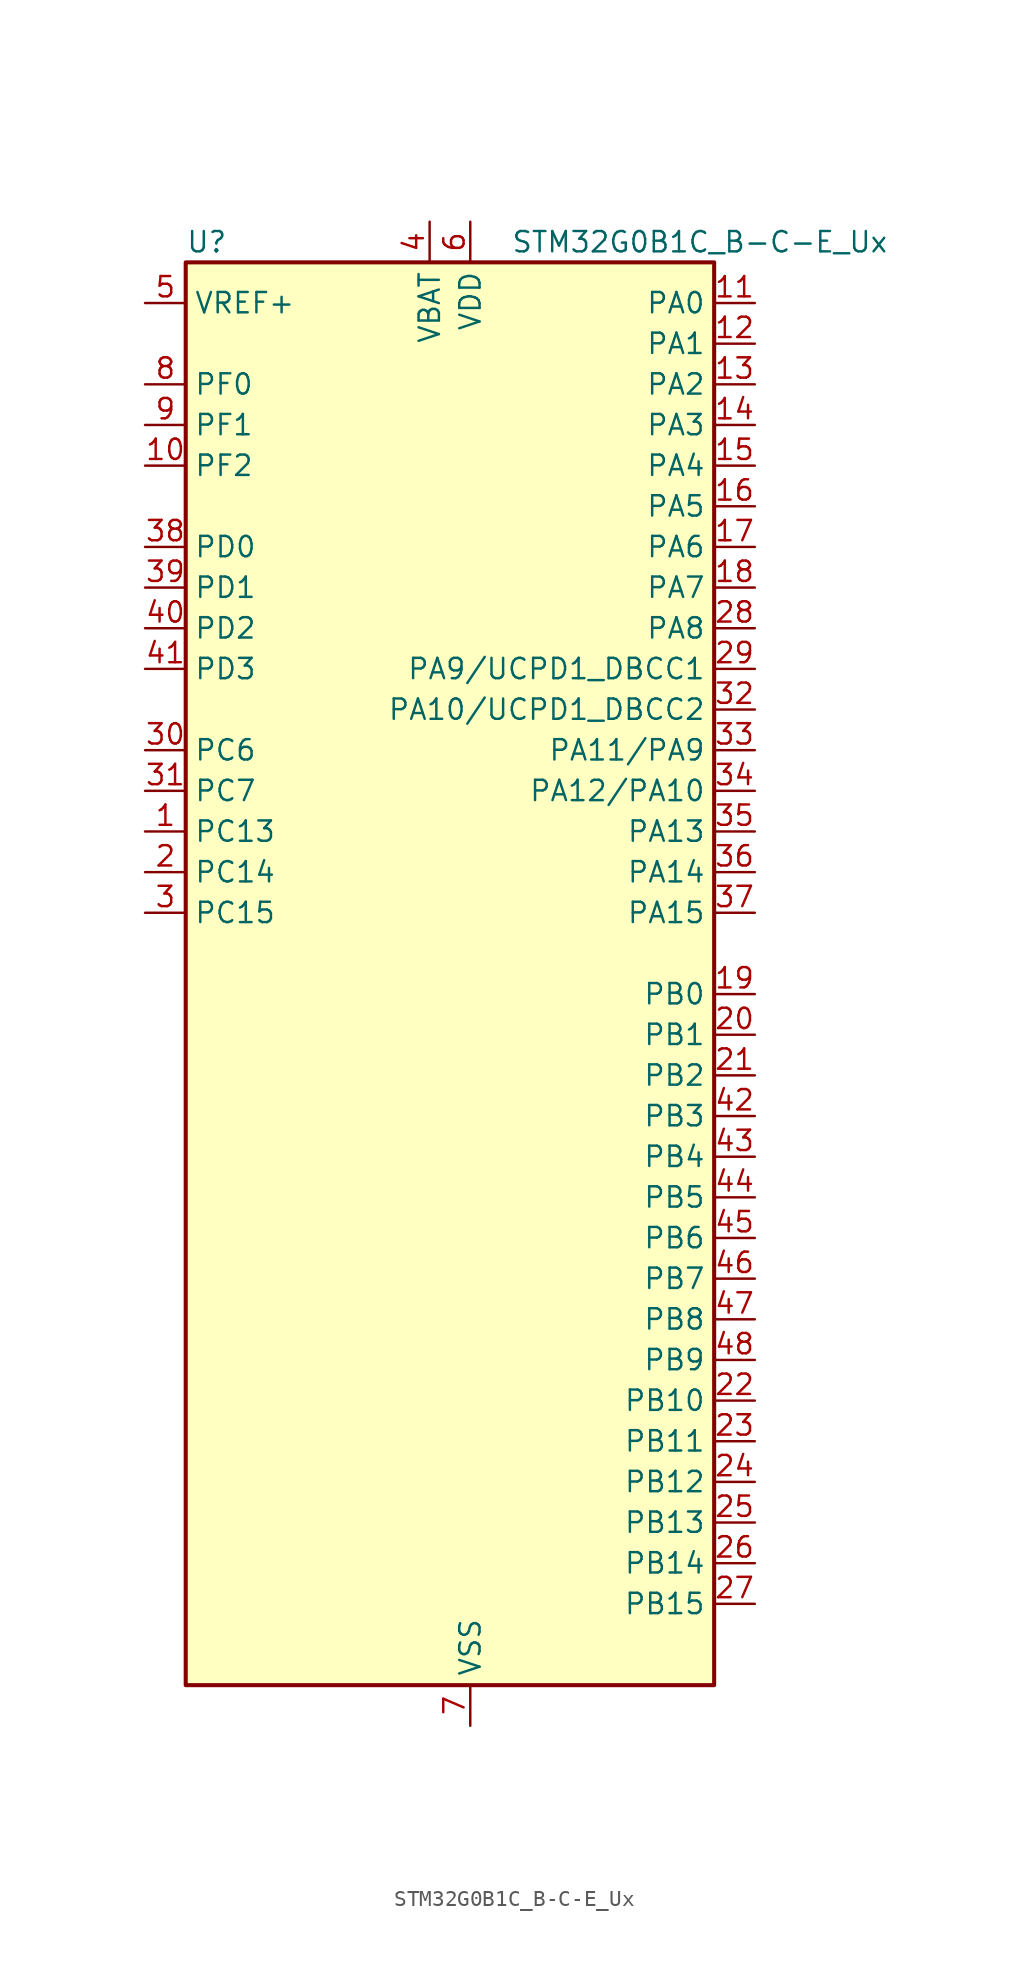
<source format=kicad_sym>
(kicad_symbol_lib
  (version 20231120)
  (generator "kicad_symbol_editor")
  (generator_version "8.0")
  (symbol "STM32G0B1C_B-C-E_Ux"
    (property "Reference" "U"
      (at -15.24 46.99 0)
      (effects (font (size 1.27 1.27)) (justify left)))
    (property "Value" "STM32G0B1C_B-C-E_Ux"
      (at 5.08 46.99 0)
      (effects (font (size 1.27 1.27)) (justify left)))
    (property "ki_locked" ""
      (at 0 0 0)
      (effects (font (size 1.27 1.27))))
    (symbol "STM32G0B1C_B-C-E_Ux_0_1"
      (rectangle (start -15.24 -43.18) (end 17.78 45.72) (stroke (width 0.254) (type default)) (fill (type background))))
    (symbol "STM32G0B1C_B-C-E_Ux_1_1"
      (pin bidirectional line (at -17.78 10.16 0) (length 2.54) (name "PC13" (effects (font (size 1.27 1.27)))) (number "1" (effects (font (size 1.27 1.27)))) (alternate "RTC_OUT1" bidirectional line) (alternate "RTC_TAMP_IN1" bidirectional line) (alternate "RTC_TS" bidirectional line) (alternate "SYS_WKUP2" bidirectional line) (alternate "TIM1_BK" bidirectional line))
      (pin bidirectional line (at -17.78 33.02 0) (length 2.54) (name "PF2" (effects (font (size 1.27 1.27)))) (number "10" (effects (font (size 1.27 1.27)))) (alternate "LPUART2_DE" bidirectional line) (alternate "LPUART2_RTS" bidirectional line) (alternate "LPUART2_TX" bidirectional line) (alternate "RCC_MCO" bidirectional line))
      (pin bidirectional line (at 20.32 43.18 180) (length 2.54) (name "PA0" (effects (font (size 1.27 1.27)))) (number "11" (effects (font (size 1.27 1.27)))) (alternate "ADC1_IN0" bidirectional line) (alternate "COMP1_INM" bidirectional line) (alternate "COMP1_OUT" bidirectional line) (alternate "I2S2_CK" bidirectional line) (alternate "LPTIM1_OUT" bidirectional line) (alternate "RTC_TAMP_IN2" bidirectional line) (alternate "SPI2_SCK" bidirectional line) (alternate "SYS_WKUP1" bidirectional line) (alternate "TIM2_CH1" bidirectional line) (alternate "TIM2_ETR" bidirectional line) (alternate "UCPD2_FRSTX1" bidirectional line) (alternate "UCPD2_FRSTX2" bidirectional line) (alternate "USART2_CTS" bidirectional line) (alternate "USART2_NSS" bidirectional line) (alternate "USART4_TX" bidirectional line))
      (pin bidirectional line (at 20.32 40.64 180) (length 2.54) (name "PA1" (effects (font (size 1.27 1.27)))) (number "12" (effects (font (size 1.27 1.27)))) (alternate "ADC1_IN1" bidirectional line) (alternate "COMP1_INP" bidirectional line) (alternate "I2C1_SMBA" bidirectional line) (alternate "I2S1_CK" bidirectional line) (alternate "SPI1_SCK" bidirectional line) (alternate "TIM15_CH1N" bidirectional line) (alternate "TIM2_CH2" bidirectional line) (alternate "USART2_CK" bidirectional line) (alternate "USART2_DE" bidirectional line) (alternate "USART2_RTS" bidirectional line) (alternate "USART4_RX" bidirectional line))
      (pin bidirectional line (at 20.32 38.1 180) (length 2.54) (name "PA2" (effects (font (size 1.27 1.27)))) (number "13" (effects (font (size 1.27 1.27)))) (alternate "ADC1_IN2" bidirectional line) (alternate "COMP2_INM" bidirectional line) (alternate "COMP2_OUT" bidirectional line) (alternate "I2S1_SD" bidirectional line) (alternate "LPUART1_TX" bidirectional line) (alternate "RCC_LSCO" bidirectional line) (alternate "SPI1_MOSI" bidirectional line) (alternate "SYS_WKUP4" bidirectional line) (alternate "TIM15_CH1" bidirectional line) (alternate "TIM2_CH3" bidirectional line) (alternate "UCPD1_FRSTX1" bidirectional line) (alternate "UCPD1_FRSTX2" bidirectional line) (alternate "USART2_TX" bidirectional line))
      (pin bidirectional line (at 20.32 35.56 180) (length 2.54) (name "PA3" (effects (font (size 1.27 1.27)))) (number "14" (effects (font (size 1.27 1.27)))) (alternate "ADC1_IN3" bidirectional line) (alternate "COMP2_INP" bidirectional line) (alternate "I2S2_MCK" bidirectional line) (alternate "LPUART1_RX" bidirectional line) (alternate "SPI2_MISO" bidirectional line) (alternate "TIM15_CH2" bidirectional line) (alternate "TIM2_CH4" bidirectional line) (alternate "UCPD2_FRSTX1" bidirectional line) (alternate "UCPD2_FRSTX2" bidirectional line) (alternate "USART2_RX" bidirectional line))
      (pin bidirectional line (at 20.32 33.02 180) (length 2.54) (name "PA4" (effects (font (size 1.27 1.27)))) (number "15" (effects (font (size 1.27 1.27)))) (alternate "ADC1_IN4" bidirectional line) (alternate "DAC1_OUT1" bidirectional line) (alternate "I2S1_WS" bidirectional line) (alternate "I2S2_SD" bidirectional line) (alternate "LPTIM2_OUT" bidirectional line) (alternate "RTC_OUT2" bidirectional line) (alternate "SPI1_NSS" bidirectional line) (alternate "SPI2_MOSI" bidirectional line) (alternate "SPI3_NSS" bidirectional line) (alternate "TIM14_CH1" bidirectional line) (alternate "UCPD2_FRSTX1" bidirectional line) (alternate "UCPD2_FRSTX2" bidirectional line) (alternate "USART6_TX" bidirectional line) (alternate "USB_NOE" bidirectional line))
      (pin bidirectional line (at 20.32 30.48 180) (length 2.54) (name "PA5" (effects (font (size 1.27 1.27)))) (number "16" (effects (font (size 1.27 1.27)))) (alternate "ADC1_IN5" bidirectional line) (alternate "CEC" bidirectional line) (alternate "DAC1_OUT2" bidirectional line) (alternate "I2S1_CK" bidirectional line) (alternate "LPTIM2_ETR" bidirectional line) (alternate "SPI1_SCK" bidirectional line) (alternate "TIM2_CH1" bidirectional line) (alternate "TIM2_ETR" bidirectional line) (alternate "UCPD1_FRSTX1" bidirectional line) (alternate "UCPD1_FRSTX2" bidirectional line) (alternate "USART3_TX" bidirectional line) (alternate "USART6_RX" bidirectional line))
      (pin bidirectional line (at 20.32 27.94 180) (length 2.54) (name "PA6" (effects (font (size 1.27 1.27)))) (number "17" (effects (font (size 1.27 1.27)))) (alternate "ADC1_IN6" bidirectional line) (alternate "COMP1_OUT" bidirectional line) (alternate "I2C2_SDA" bidirectional line) (alternate "I2C3_SDA" bidirectional line) (alternate "I2S1_MCK" bidirectional line) (alternate "LPUART1_CTS" bidirectional line) (alternate "SPI1_MISO" bidirectional line) (alternate "TIM16_CH1" bidirectional line) (alternate "TIM1_BK" bidirectional line) (alternate "TIM3_CH1" bidirectional line) (alternate "USART3_CTS" bidirectional line) (alternate "USART3_NSS" bidirectional line) (alternate "USART6_CTS" bidirectional line) (alternate "USART6_NSS" bidirectional line))
      (pin bidirectional line (at 20.32 25.4 180) (length 2.54) (name "PA7" (effects (font (size 1.27 1.27)))) (number "18" (effects (font (size 1.27 1.27)))) (alternate "ADC1_IN7" bidirectional line) (alternate "COMP2_OUT" bidirectional line) (alternate "I2C2_SCL" bidirectional line) (alternate "I2C3_SCL" bidirectional line) (alternate "I2S1_SD" bidirectional line) (alternate "SPI1_MOSI" bidirectional line) (alternate "TIM14_CH1" bidirectional line) (alternate "TIM17_CH1" bidirectional line) (alternate "TIM1_CH1N" bidirectional line) (alternate "TIM3_CH2" bidirectional line) (alternate "UCPD1_FRSTX1" bidirectional line) (alternate "UCPD1_FRSTX2" bidirectional line) (alternate "USART6_CK" bidirectional line) (alternate "USART6_DE" bidirectional line) (alternate "USART6_RTS" bidirectional line))
      (pin bidirectional line (at 20.32 0 180) (length 2.54) (name "PB0" (effects (font (size 1.27 1.27)))) (number "19" (effects (font (size 1.27 1.27)))) (alternate "ADC1_IN8" bidirectional line) (alternate "COMP1_OUT" bidirectional line) (alternate "COMP3_INP" bidirectional line) (alternate "FDCAN2_RX" bidirectional line) (alternate "I2S1_WS" bidirectional line) (alternate "LPTIM1_OUT" bidirectional line) (alternate "LPUART2_CTS" bidirectional line) (alternate "SPI1_NSS" bidirectional line) (alternate "TIM1_CH2N" bidirectional line) (alternate "TIM3_CH3" bidirectional line) (alternate "UCPD1_FRSTX1" bidirectional line) (alternate "UCPD1_FRSTX2" bidirectional line) (alternate "USART3_RX" bidirectional line) (alternate "USART5_TX" bidirectional line))
      (pin bidirectional line (at -17.78 7.62 0) (length 2.54) (name "PC14" (effects (font (size 1.27 1.27)))) (number "2" (effects (font (size 1.27 1.27)))) (alternate "RCC_OSC32_IN" bidirectional line) (alternate "TIM1_BK2" bidirectional line))
      (pin bidirectional line (at 20.32 -2.54 180) (length 2.54) (name "PB1" (effects (font (size 1.27 1.27)))) (number "20" (effects (font (size 1.27 1.27)))) (alternate "ADC1_IN9" bidirectional line) (alternate "COMP1_INM" bidirectional line) (alternate "COMP3_OUT" bidirectional line) (alternate "FDCAN2_TX" bidirectional line) (alternate "LPTIM2_IN1" bidirectional line) (alternate "LPUART1_DE" bidirectional line) (alternate "LPUART1_RTS" bidirectional line) (alternate "LPUART2_DE" bidirectional line) (alternate "LPUART2_RTS" bidirectional line) (alternate "TIM14_CH1" bidirectional line) (alternate "TIM1_CH3N" bidirectional line) (alternate "TIM3_CH4" bidirectional line) (alternate "USART3_CK" bidirectional line) (alternate "USART3_DE" bidirectional line) (alternate "USART3_RTS" bidirectional line) (alternate "USART5_RX" bidirectional line))
      (pin bidirectional line (at 20.32 -5.08 180) (length 2.54) (name "PB2" (effects (font (size 1.27 1.27)))) (number "21" (effects (font (size 1.27 1.27)))) (alternate "ADC1_IN10" bidirectional line) (alternate "COMP1_INP" bidirectional line) (alternate "COMP3_INM" bidirectional line) (alternate "I2S2_MCK" bidirectional line) (alternate "LPTIM1_OUT" bidirectional line) (alternate "RCC_MCO_2" bidirectional line) (alternate "SPI2_MISO" bidirectional line) (alternate "USART3_TX" bidirectional line))
      (pin bidirectional line (at 20.32 -25.4 180) (length 2.54) (name "PB10" (effects (font (size 1.27 1.27)))) (number "22" (effects (font (size 1.27 1.27)))) (alternate "ADC1_IN11" bidirectional line) (alternate "CEC" bidirectional line) (alternate "COMP1_OUT" bidirectional line) (alternate "I2C2_SCL" bidirectional line) (alternate "I2S2_CK" bidirectional line) (alternate "LPUART1_RX" bidirectional line) (alternate "SPI2_SCK" bidirectional line) (alternate "TIM2_CH3" bidirectional line) (alternate "USART3_TX" bidirectional line))
      (pin bidirectional line (at 20.32 -27.94 180) (length 2.54) (name "PB11" (effects (font (size 1.27 1.27)))) (number "23" (effects (font (size 1.27 1.27)))) (alternate "ADC1_EXTI11" bidirectional line) (alternate "ADC1_IN15" bidirectional line) (alternate "COMP2_OUT" bidirectional line) (alternate "I2C2_SDA" bidirectional line) (alternate "I2S2_SD" bidirectional line) (alternate "LPUART1_TX" bidirectional line) (alternate "SPI2_MOSI" bidirectional line) (alternate "TIM2_CH4" bidirectional line) (alternate "USART3_RX" bidirectional line))
      (pin bidirectional line (at 20.32 -30.48 180) (length 2.54) (name "PB12" (effects (font (size 1.27 1.27)))) (number "24" (effects (font (size 1.27 1.27)))) (alternate "ADC1_IN16" bidirectional line) (alternate "FDCAN2_RX" bidirectional line) (alternate "I2C2_SMBA" bidirectional line) (alternate "I2S2_WS" bidirectional line) (alternate "LPUART1_DE" bidirectional line) (alternate "LPUART1_RTS" bidirectional line) (alternate "SPI2_NSS" bidirectional line) (alternate "TIM15_BK" bidirectional line) (alternate "TIM1_BK" bidirectional line) (alternate "UCPD2_FRSTX1" bidirectional line) (alternate "UCPD2_FRSTX2" bidirectional line))
      (pin bidirectional line (at 20.32 -33.02 180) (length 2.54) (name "PB13" (effects (font (size 1.27 1.27)))) (number "25" (effects (font (size 1.27 1.27)))) (alternate "FDCAN2_TX" bidirectional line) (alternate "I2C2_SCL" bidirectional line) (alternate "I2S2_CK" bidirectional line) (alternate "LPUART1_CTS" bidirectional line) (alternate "SPI2_SCK" bidirectional line) (alternate "TIM15_CH1N" bidirectional line) (alternate "TIM1_CH1N" bidirectional line) (alternate "USART3_CTS" bidirectional line) (alternate "USART3_NSS" bidirectional line))
      (pin bidirectional line (at 20.32 -35.56 180) (length 2.54) (name "PB14" (effects (font (size 1.27 1.27)))) (number "26" (effects (font (size 1.27 1.27)))) (alternate "I2C2_SDA" bidirectional line) (alternate "I2S2_MCK" bidirectional line) (alternate "SPI2_MISO" bidirectional line) (alternate "TIM15_CH1" bidirectional line) (alternate "TIM1_CH2N" bidirectional line) (alternate "UCPD1_FRSTX1" bidirectional line) (alternate "UCPD1_FRSTX2" bidirectional line) (alternate "USART3_CK" bidirectional line) (alternate "USART3_DE" bidirectional line) (alternate "USART3_RTS" bidirectional line) (alternate "USART6_CK" bidirectional line) (alternate "USART6_DE" bidirectional line) (alternate "USART6_RTS" bidirectional line))
      (pin bidirectional line (at 20.32 -38.1 180) (length 2.54) (name "PB15" (effects (font (size 1.27 1.27)))) (number "27" (effects (font (size 1.27 1.27)))) (alternate "I2S2_SD" bidirectional line) (alternate "RTC_REFIN" bidirectional line) (alternate "SPI2_MOSI" bidirectional line) (alternate "TIM15_CH1N" bidirectional line) (alternate "TIM15_CH2" bidirectional line) (alternate "TIM1_CH3N" bidirectional line) (alternate "UCPD1_CC2" bidirectional line) (alternate "USART6_CTS" bidirectional line) (alternate "USART6_NSS" bidirectional line))
      (pin bidirectional line (at 20.32 22.86 180) (length 2.54) (name "PA8" (effects (font (size 1.27 1.27)))) (number "28" (effects (font (size 1.27 1.27)))) (alternate "CRS1_SYNC" bidirectional line) (alternate "I2C2_SMBA" bidirectional line) (alternate "I2S2_WS" bidirectional line) (alternate "LPTIM2_OUT" bidirectional line) (alternate "RCC_MCO" bidirectional line) (alternate "SPI2_NSS" bidirectional line) (alternate "TIM1_CH1" bidirectional line) (alternate "UCPD1_CC1" bidirectional line))
      (pin bidirectional line (at 20.32 20.32 180) (length 2.54) (name "PA9/UCPD1_DBCC1" (effects (font (size 1.27 1.27)))) (number "29" (effects (font (size 1.27 1.27)))) (alternate "DAC1_EXTI9" bidirectional line) (alternate "I2C1_SCL" bidirectional line) (alternate "I2C2_SCL" bidirectional line) (alternate "I2S2_MCK" bidirectional line) (alternate "RCC_MCO" bidirectional line) (alternate "SPI2_MISO" bidirectional line) (alternate "TIM15_BK" bidirectional line) (alternate "TIM1_CH2" bidirectional line) (alternate "UCPD1_DBCC1" bidirectional line) (alternate "USART1_TX" bidirectional line))
      (pin bidirectional line (at -17.78 5.08 0) (length 2.54) (name "PC15" (effects (font (size 1.27 1.27)))) (number "3" (effects (font (size 1.27 1.27)))) (alternate "RCC_OSC32_EN" bidirectional line) (alternate "RCC_OSC32_OUT" bidirectional line) (alternate "RCC_OSC_EN" bidirectional line) (alternate "TIM15_BK" bidirectional line))
      (pin bidirectional line (at -17.78 15.24 0) (length 2.54) (name "PC6" (effects (font (size 1.27 1.27)))) (number "30" (effects (font (size 1.27 1.27)))) (alternate "LPUART2_TX" bidirectional line) (alternate "TIM2_CH3" bidirectional line) (alternate "TIM3_CH1" bidirectional line) (alternate "UCPD1_FRSTX1" bidirectional line) (alternate "UCPD1_FRSTX2" bidirectional line))
      (pin bidirectional line (at -17.78 12.7 0) (length 2.54) (name "PC7" (effects (font (size 1.27 1.27)))) (number "31" (effects (font (size 1.27 1.27)))) (alternate "LPUART2_RX" bidirectional line) (alternate "TIM2_CH4" bidirectional line) (alternate "TIM3_CH2" bidirectional line) (alternate "UCPD2_FRSTX1" bidirectional line) (alternate "UCPD2_FRSTX2" bidirectional line))
      (pin bidirectional line (at 20.32 17.78 180) (length 2.54) (name "PA10/UCPD1_DBCC2" (effects (font (size 1.27 1.27)))) (number "32" (effects (font (size 1.27 1.27)))) (alternate "I2C1_SDA" bidirectional line) (alternate "I2C2_SDA" bidirectional line) (alternate "I2S2_SD" bidirectional line) (alternate "RCC_MCO_2" bidirectional line) (alternate "SPI2_MOSI" bidirectional line) (alternate "TIM17_BK" bidirectional line) (alternate "TIM1_CH3" bidirectional line) (alternate "UCPD1_DBCC2" bidirectional line) (alternate "USART1_RX" bidirectional line))
      (pin bidirectional line (at 20.32 15.24 180) (length 2.54) (name "PA11/PA9" (effects (font (size 1.27 1.27)))) (number "33" (effects (font (size 1.27 1.27)))) (alternate "ADC1_EXTI11" bidirectional line) (alternate "COMP1_OUT" bidirectional line) (alternate "FDCAN1_RX" bidirectional line) (alternate "I2C2_SCL" bidirectional line) (alternate "I2S1_MCK" bidirectional line) (alternate "SPI1_MISO" bidirectional line) (alternate "TIM1_BK2" bidirectional line) (alternate "TIM1_CH4" bidirectional line) (alternate "USART1_CTS" bidirectional line) (alternate "USART1_NSS" bidirectional line) (alternate "USB_DM" bidirectional line))
      (pin bidirectional line (at 20.32 12.7 180) (length 2.54) (name "PA12/PA10" (effects (font (size 1.27 1.27)))) (number "34" (effects (font (size 1.27 1.27)))) (alternate "COMP2_OUT" bidirectional line) (alternate "FDCAN1_TX" bidirectional line) (alternate "I2C2_SDA" bidirectional line) (alternate "I2S1_SD" bidirectional line) (alternate "I2S_CKIN" bidirectional line) (alternate "SPI1_MOSI" bidirectional line) (alternate "TIM1_ETR" bidirectional line) (alternate "USART1_CK" bidirectional line) (alternate "USART1_DE" bidirectional line) (alternate "USART1_RTS" bidirectional line) (alternate "USB_DP" bidirectional line))
      (pin bidirectional line (at 20.32 10.16 180) (length 2.54) (name "PA13" (effects (font (size 1.27 1.27)))) (number "35" (effects (font (size 1.27 1.27)))) (alternate "IR_OUT" bidirectional line) (alternate "LPUART2_RX" bidirectional line) (alternate "SYS_SWDIO" bidirectional line) (alternate "USB_NOE" bidirectional line))
      (pin bidirectional line (at 20.32 7.62 180) (length 2.54) (name "PA14" (effects (font (size 1.27 1.27)))) (number "36" (effects (font (size 1.27 1.27)))) (alternate "LPUART2_TX" bidirectional line) (alternate "SYS_SWCLK" bidirectional line) (alternate "USART2_TX" bidirectional line))
      (pin bidirectional line (at 20.32 5.08 180) (length 2.54) (name "PA15" (effects (font (size 1.27 1.27)))) (number "37" (effects (font (size 1.27 1.27)))) (alternate "I2C2_SMBA" bidirectional line) (alternate "I2S1_WS" bidirectional line) (alternate "RCC_MCO_2" bidirectional line) (alternate "SPI1_NSS" bidirectional line) (alternate "SPI3_NSS" bidirectional line) (alternate "TIM2_CH1" bidirectional line) (alternate "TIM2_ETR" bidirectional line) (alternate "USART2_RX" bidirectional line) (alternate "USART3_CK" bidirectional line) (alternate "USART3_DE" bidirectional line) (alternate "USART3_RTS" bidirectional line) (alternate "USART4_CK" bidirectional line) (alternate "USART4_DE" bidirectional line) (alternate "USART4_RTS" bidirectional line) (alternate "USB_NOE" bidirectional line))
      (pin bidirectional line (at -17.78 27.94 0) (length 2.54) (name "PD0" (effects (font (size 1.27 1.27)))) (number "38" (effects (font (size 1.27 1.27)))) (alternate "FDCAN1_RX" bidirectional line) (alternate "I2S2_WS" bidirectional line) (alternate "SPI2_NSS" bidirectional line) (alternate "TIM16_CH1" bidirectional line) (alternate "UCPD2_CC1" bidirectional line))
      (pin bidirectional line (at -17.78 25.4 0) (length 2.54) (name "PD1" (effects (font (size 1.27 1.27)))) (number "39" (effects (font (size 1.27 1.27)))) (alternate "FDCAN1_TX" bidirectional line) (alternate "I2S2_CK" bidirectional line) (alternate "SPI2_SCK" bidirectional line) (alternate "TIM17_CH1" bidirectional line) (alternate "UCPD2_DBCC1" bidirectional line))
      (pin power_in line (at 0 48.26 270) (length 2.54) (name "VBAT" (effects (font (size 1.27 1.27)))) (number "4" (effects (font (size 1.27 1.27)))))
      (pin bidirectional line (at -17.78 22.86 0) (length 2.54) (name "PD2" (effects (font (size 1.27 1.27)))) (number "40" (effects (font (size 1.27 1.27)))) (alternate "TIM1_CH1N" bidirectional line) (alternate "TIM3_ETR" bidirectional line) (alternate "UCPD2_CC2" bidirectional line) (alternate "USART3_CK" bidirectional line) (alternate "USART3_DE" bidirectional line) (alternate "USART3_RTS" bidirectional line) (alternate "USART5_RX" bidirectional line))
      (pin bidirectional line (at -17.78 20.32 0) (length 2.54) (name "PD3" (effects (font (size 1.27 1.27)))) (number "41" (effects (font (size 1.27 1.27)))) (alternate "I2S2_MCK" bidirectional line) (alternate "SPI2_MISO" bidirectional line) (alternate "TIM1_CH2N" bidirectional line) (alternate "UCPD2_DBCC2" bidirectional line) (alternate "USART2_CTS" bidirectional line) (alternate "USART2_NSS" bidirectional line) (alternate "USART5_TX" bidirectional line))
      (pin bidirectional line (at 20.32 -7.62 180) (length 2.54) (name "PB3" (effects (font (size 1.27 1.27)))) (number "42" (effects (font (size 1.27 1.27)))) (alternate "COMP2_INM" bidirectional line) (alternate "I2C2_SCL" bidirectional line) (alternate "I2C3_SCL" bidirectional line) (alternate "I2S1_CK" bidirectional line) (alternate "SPI1_SCK" bidirectional line) (alternate "SPI3_SCK" bidirectional line) (alternate "TIM1_CH2" bidirectional line) (alternate "TIM2_CH2" bidirectional line) (alternate "USART1_CK" bidirectional line) (alternate "USART1_DE" bidirectional line) (alternate "USART1_RTS" bidirectional line) (alternate "USART5_TX" bidirectional line))
      (pin bidirectional line (at 20.32 -10.16 180) (length 2.54) (name "PB4" (effects (font (size 1.27 1.27)))) (number "43" (effects (font (size 1.27 1.27)))) (alternate "COMP2_INP" bidirectional line) (alternate "I2C2_SDA" bidirectional line) (alternate "I2C3_SDA" bidirectional line) (alternate "I2S1_MCK" bidirectional line) (alternate "SPI1_MISO" bidirectional line) (alternate "SPI3_MISO" bidirectional line) (alternate "TIM17_BK" bidirectional line) (alternate "TIM3_CH1" bidirectional line) (alternate "USART1_CTS" bidirectional line) (alternate "USART1_NSS" bidirectional line) (alternate "USART5_RX" bidirectional line))
      (pin bidirectional line (at 20.32 -12.7 180) (length 2.54) (name "PB5" (effects (font (size 1.27 1.27)))) (number "44" (effects (font (size 1.27 1.27)))) (alternate "COMP2_OUT" bidirectional line) (alternate "FDCAN2_RX" bidirectional line) (alternate "I2C1_SMBA" bidirectional line) (alternate "I2S1_SD" bidirectional line) (alternate "LPTIM1_IN1" bidirectional line) (alternate "SPI1_MOSI" bidirectional line) (alternate "SPI3_MOSI" bidirectional line) (alternate "SYS_WKUP6" bidirectional line) (alternate "TIM16_BK" bidirectional line) (alternate "TIM3_CH2" bidirectional line) (alternate "USART5_CK" bidirectional line) (alternate "USART5_DE" bidirectional line) (alternate "USART5_RTS" bidirectional line))
      (pin bidirectional line (at 20.32 -15.24 180) (length 2.54) (name "PB6" (effects (font (size 1.27 1.27)))) (number "45" (effects (font (size 1.27 1.27)))) (alternate "COMP2_INP" bidirectional line) (alternate "FDCAN2_TX" bidirectional line) (alternate "I2C1_SCL" bidirectional line) (alternate "I2S2_MCK" bidirectional line) (alternate "LPTIM1_ETR" bidirectional line) (alternate "LPUART2_TX" bidirectional line) (alternate "SPI2_MISO" bidirectional line) (alternate "TIM16_CH1N" bidirectional line) (alternate "TIM1_CH3" bidirectional line) (alternate "TIM4_CH1" bidirectional line) (alternate "USART1_TX" bidirectional line) (alternate "USART5_CTS" bidirectional line) (alternate "USART5_NSS" bidirectional line))
      (pin bidirectional line (at 20.32 -17.78 180) (length 2.54) (name "PB7" (effects (font (size 1.27 1.27)))) (number "46" (effects (font (size 1.27 1.27)))) (alternate "COMP2_INM" bidirectional line) (alternate "I2C1_SDA" bidirectional line) (alternate "I2S2_SD" bidirectional line) (alternate "LPTIM1_IN2" bidirectional line) (alternate "LPUART2_RX" bidirectional line) (alternate "SPI2_MOSI" bidirectional line) (alternate "SYS_PVD_IN" bidirectional line) (alternate "TIM17_CH1N" bidirectional line) (alternate "TIM4_CH2" bidirectional line) (alternate "USART1_RX" bidirectional line) (alternate "USART4_CTS" bidirectional line) (alternate "USART4_NSS" bidirectional line))
      (pin bidirectional line (at 20.32 -20.32 180) (length 2.54) (name "PB8" (effects (font (size 1.27 1.27)))) (number "47" (effects (font (size 1.27 1.27)))) (alternate "CEC" bidirectional line) (alternate "FDCAN1_RX" bidirectional line) (alternate "I2C1_SCL" bidirectional line) (alternate "I2S2_CK" bidirectional line) (alternate "SPI2_SCK" bidirectional line) (alternate "TIM15_BK" bidirectional line) (alternate "TIM16_CH1" bidirectional line) (alternate "TIM4_CH3" bidirectional line) (alternate "USART3_TX" bidirectional line) (alternate "USART6_TX" bidirectional line))
      (pin bidirectional line (at 20.32 -22.86 180) (length 2.54) (name "PB9" (effects (font (size 1.27 1.27)))) (number "48" (effects (font (size 1.27 1.27)))) (alternate "DAC1_EXTI9" bidirectional line) (alternate "FDCAN1_TX" bidirectional line) (alternate "I2C1_SDA" bidirectional line) (alternate "I2S2_WS" bidirectional line) (alternate "IR_OUT" bidirectional line) (alternate "SPI2_NSS" bidirectional line) (alternate "TIM17_CH1" bidirectional line) (alternate "TIM4_CH4" bidirectional line) (alternate "UCPD2_FRSTX1" bidirectional line) (alternate "UCPD2_FRSTX2" bidirectional line) (alternate "USART3_RX" bidirectional line) (alternate "USART6_RX" bidirectional line))
      (pin passive line (at 2.54 -45.72 90) (length 2.54) hide (name "VSS" (effects (font (size 1.27 1.27)))) (number "49" (effects (font (size 1.27 1.27)))))
      (pin input line (at -17.78 43.18 0) (length 2.54) (name "VREF+" (effects (font (size 1.27 1.27)))) (number "5" (effects (font (size 1.27 1.27)))) (alternate "VREFBUF_OUT" bidirectional line))
      (pin power_in line (at 2.54 48.26 270) (length 2.54) (name "VDD" (effects (font (size 1.27 1.27)))) (number "6" (effects (font (size 1.27 1.27)))))
      (pin power_in line (at 2.54 -45.72 90) (length 2.54) (name "VSS" (effects (font (size 1.27 1.27)))) (number "7" (effects (font (size 1.27 1.27)))))
      (pin bidirectional line (at -17.78 38.1 0) (length 2.54) (name "PF0" (effects (font (size 1.27 1.27)))) (number "8" (effects (font (size 1.27 1.27)))) (alternate "CRS1_SYNC" bidirectional line) (alternate "RCC_OSC_IN" bidirectional line) (alternate "TIM14_CH1" bidirectional line))
      (pin bidirectional line (at -17.78 35.56 0) (length 2.54) (name "PF1" (effects (font (size 1.27 1.27)))) (number "9" (effects (font (size 1.27 1.27)))) (alternate "RCC_OSC_EN" bidirectional line) (alternate "RCC_OSC_OUT" bidirectional line) (alternate "TIM15_CH1N" bidirectional line)))))
</source>
